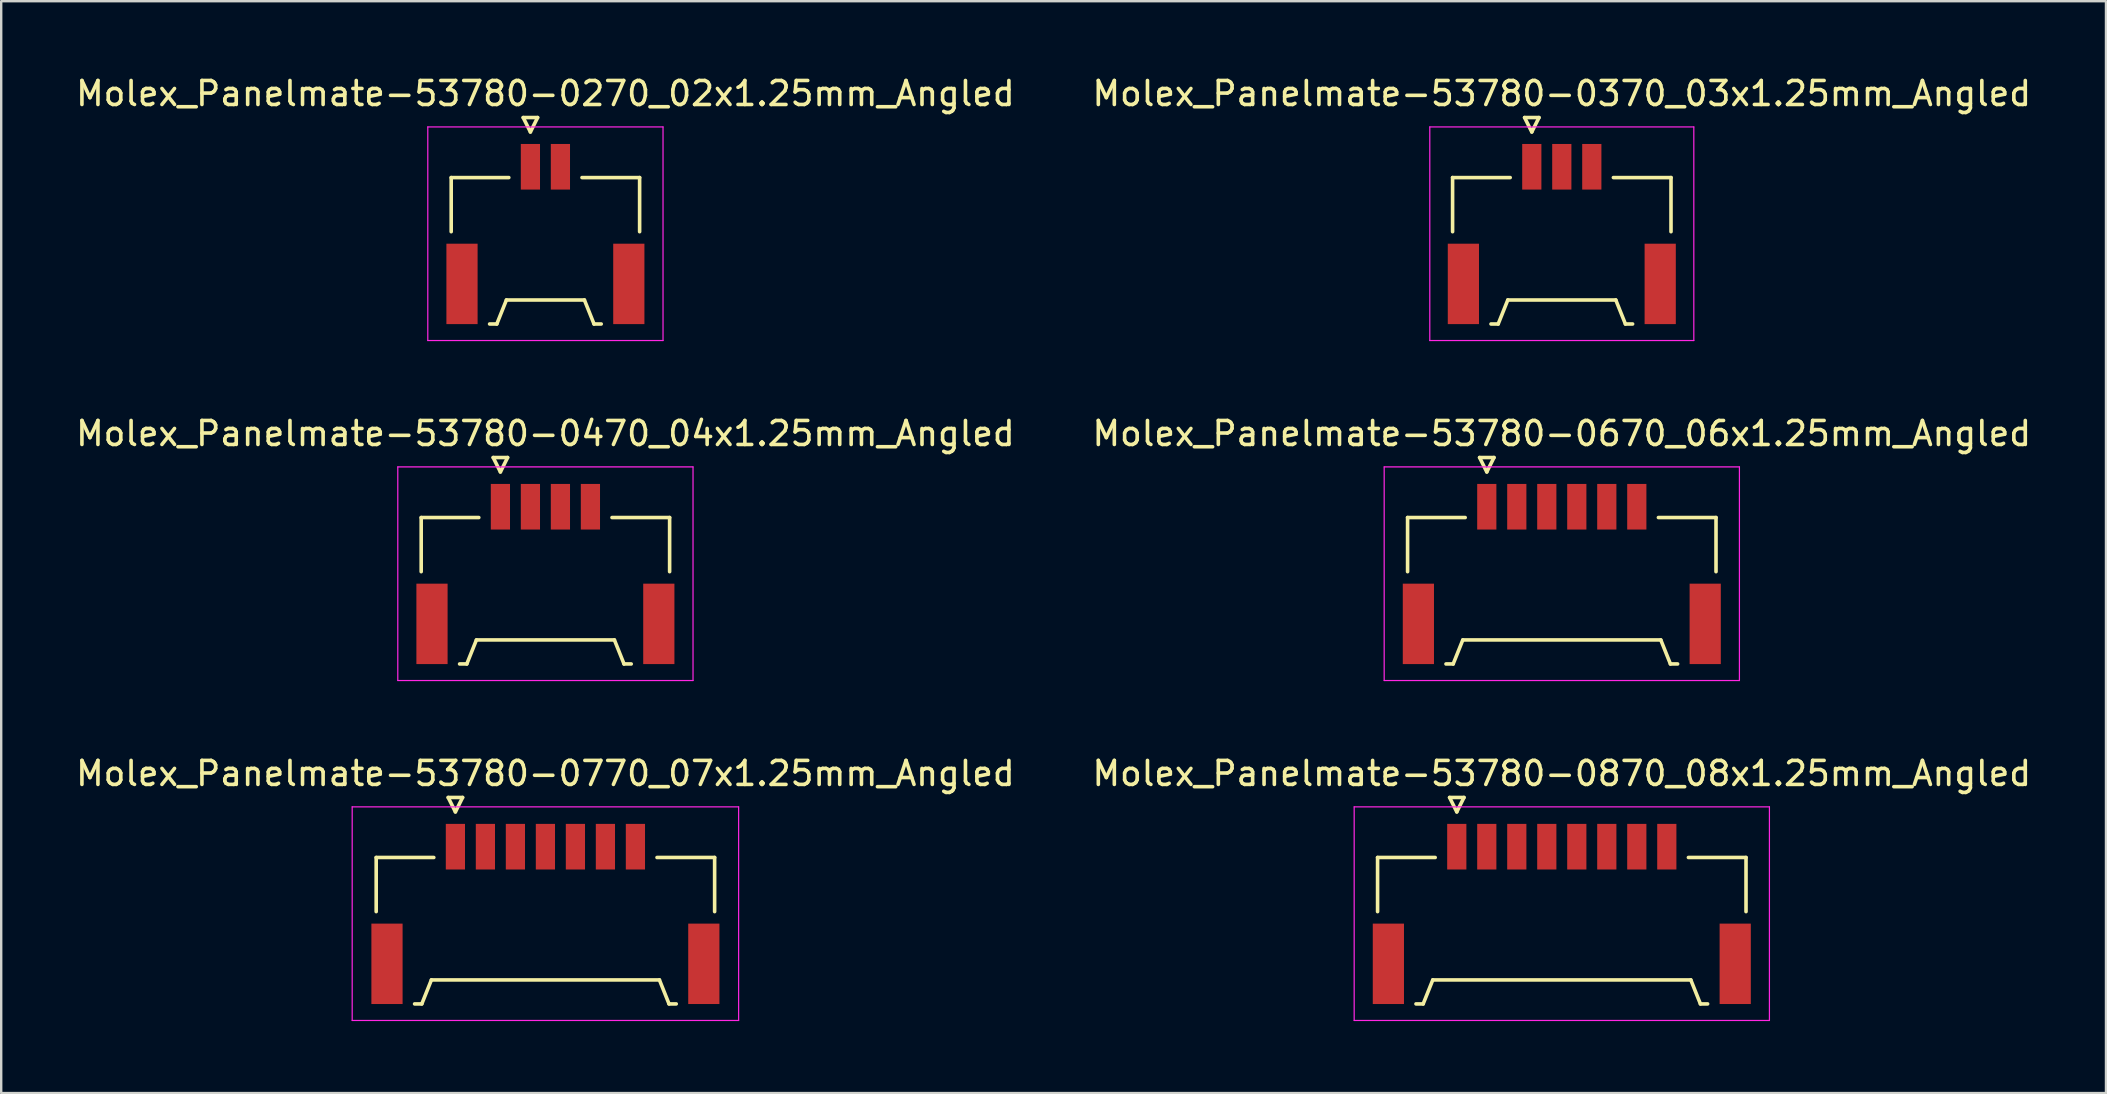
<source format=kicad_pcb>
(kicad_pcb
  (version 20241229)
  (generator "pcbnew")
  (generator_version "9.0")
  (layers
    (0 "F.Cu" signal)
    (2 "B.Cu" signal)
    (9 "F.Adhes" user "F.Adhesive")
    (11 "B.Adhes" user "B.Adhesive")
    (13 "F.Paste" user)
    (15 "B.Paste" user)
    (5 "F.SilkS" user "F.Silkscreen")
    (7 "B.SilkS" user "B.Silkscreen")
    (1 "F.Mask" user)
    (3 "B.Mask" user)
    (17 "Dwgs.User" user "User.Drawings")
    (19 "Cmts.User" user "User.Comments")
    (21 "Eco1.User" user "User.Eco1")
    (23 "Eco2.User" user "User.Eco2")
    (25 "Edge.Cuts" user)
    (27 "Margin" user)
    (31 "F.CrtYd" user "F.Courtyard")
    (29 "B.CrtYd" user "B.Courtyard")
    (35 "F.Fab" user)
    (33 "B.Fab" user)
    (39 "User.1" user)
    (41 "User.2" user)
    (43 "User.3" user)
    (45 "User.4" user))
  (footprint "Molex_Panelmate-53780-0670_06x1.25mm_Angled"
    (layer "F.Cu")
    (at 62.018 20.502)
    (property "Reference" "Molex_Panelmate-53780-0670_06x1.25mm_Angled" (at 0 -5.49 0) (layer "F.SilkS") (effects (font (size 1 1) (thickness 0.15))))
    (attr smd)
    (fp_line (start -6.425 -1.99) (end -6.425 0.265) (stroke (width 0.15) (type solid)) (layer "F.SilkS"))
    (fp_line (start -4.825 4.11) (end -4.525 4.11) (stroke (width 0.15) (type solid)) (layer "F.SilkS"))
    (fp_line (start -4.525 4.11) (end -4.125 3.11) (stroke (width 0.15) (type solid)) (layer "F.SilkS"))
    (fp_line (start -4.125 3.11) (end 4.125 3.11) (stroke (width 0.15) (type solid)) (layer "F.SilkS"))
    (fp_line (start -4.025 -1.99) (end -6.425 -1.99) (stroke (width 0.15) (type solid)) (layer "F.SilkS"))
    (fp_line (start -3.425 -4.49) (end -3.125 -3.89) (stroke (width 0.15) (type solid)) (layer "F.SilkS"))
    (fp_line (start -3.125 -3.89) (end -2.825 -4.49) (stroke (width 0.15) (type solid)) (layer "F.SilkS"))
    (fp_line (start -2.825 -4.49) (end -3.425 -4.49) (stroke (width 0.15) (type solid)) (layer "F.SilkS"))
    (fp_line (start 4.025 -1.99) (end 6.425 -1.99) (stroke (width 0.15) (type solid)) (layer "F.SilkS"))
    (fp_line (start 4.125 3.11) (end 4.525 4.11) (stroke (width 0.15) (type solid)) (layer "F.SilkS"))
    (fp_line (start 4.525 4.11) (end 4.825 4.11) (stroke (width 0.15) (type solid)) (layer "F.SilkS"))
    (fp_line (start 6.425 -1.99) (end 6.425 0.265) (stroke (width 0.15) (type solid)) (layer "F.SilkS"))
    (fp_line (start -7.4 -4.1) (end -7.4 4.8) (stroke (width 0.05) (type solid)) (layer "F.CrtYd"))
    (fp_line (start -7.4 4.8) (end 7.4 4.8) (stroke (width 0.05) (type solid)) (layer "F.CrtYd"))
    (fp_line (start 7.4 -4.1) (end -7.4 -4.1) (stroke (width 0.05) (type solid)) (layer "F.CrtYd"))
    (fp_line (start 7.4 4.8) (end 7.4 -4.1) (stroke (width 0.05) (type solid)) (layer "F.CrtYd"))
    (pad "" smd rect (at -5.975 2.44) (size 1.3 3.35) (layers "F.Cu" "F.Mask" "F.Paste"))
    (pad "" smd rect (at 5.975 2.44) (size 1.3 3.35) (layers "F.Cu" "F.Mask" "F.Paste"))
    (pad "1" smd rect (at -3.125 -2.44) (size 0.8 1.9) (layers "F.Cu" "F.Mask" "F.Paste"))
    (pad "2" smd rect (at -1.875 -2.44) (size 0.8 1.9) (layers "F.Cu" "F.Mask" "F.Paste"))
    (pad "3" smd rect (at -0.625 -2.44) (size 0.8 1.9) (layers "F.Cu" "F.Mask" "F.Paste"))
    (pad "4" smd rect (at 0.625 -2.44) (size 0.8 1.9) (layers "F.Cu" "F.Mask" "F.Paste"))
    (pad "5" smd rect (at 1.875 -2.44) (size 0.8 1.9) (layers "F.Cu" "F.Mask" "F.Paste"))
    (pad "6" smd rect (at 3.125 -2.44) (size 0.8 1.9) (layers "F.Cu" "F.Mask" "F.Paste")))
  (footprint "Molex_Panelmate-53780-0270_02x1.25mm_Angled"
    (layer "F.Cu")
    (at 19.673 6.338)
    (property "Reference" "Molex_Panelmate-53780-0270_02x1.25mm_Angled" (at 0 -5.49 0) (layer "F.SilkS") (effects (font (size 1 1) (thickness 0.15))))
    (attr smd)
    (fp_line (start -3.925 -1.99) (end -3.925 0.265) (stroke (width 0.15) (type solid)) (layer "F.SilkS"))
    (fp_line (start -2.325 4.11) (end -2.025 4.11) (stroke (width 0.15) (type solid)) (layer "F.SilkS"))
    (fp_line (start -2.025 4.11) (end -1.625 3.11) (stroke (width 0.15) (type solid)) (layer "F.SilkS"))
    (fp_line (start -1.625 3.11) (end 1.625 3.11) (stroke (width 0.15) (type solid)) (layer "F.SilkS"))
    (fp_line (start -1.525 -1.99) (end -3.925 -1.99) (stroke (width 0.15) (type solid)) (layer "F.SilkS"))
    (fp_line (start -0.925 -4.49) (end -0.625 -3.89) (stroke (width 0.15) (type solid)) (layer "F.SilkS"))
    (fp_line (start -0.625 -3.89) (end -0.325 -4.49) (stroke (width 0.15) (type solid)) (layer "F.SilkS"))
    (fp_line (start -0.325 -4.49) (end -0.925 -4.49) (stroke (width 0.15) (type solid)) (layer "F.SilkS"))
    (fp_line (start 1.525 -1.99) (end 3.925 -1.99) (stroke (width 0.15) (type solid)) (layer "F.SilkS"))
    (fp_line (start 1.625 3.11) (end 2.025 4.11) (stroke (width 0.15) (type solid)) (layer "F.SilkS"))
    (fp_line (start 2.025 4.11) (end 2.325 4.11) (stroke (width 0.15) (type solid)) (layer "F.SilkS"))
    (fp_line (start 3.925 -1.99) (end 3.925 0.265) (stroke (width 0.15) (type solid)) (layer "F.SilkS"))
    (fp_line (start -4.9 -4.1) (end -4.9 4.8) (stroke (width 0.05) (type solid)) (layer "F.CrtYd"))
    (fp_line (start -4.9 4.8) (end 4.9 4.8) (stroke (width 0.05) (type solid)) (layer "F.CrtYd"))
    (fp_line (start 4.9 -4.1) (end -4.9 -4.1) (stroke (width 0.05) (type solid)) (layer "F.CrtYd"))
    (fp_line (start 4.9 4.8) (end 4.9 -4.1) (stroke (width 0.05) (type solid)) (layer "F.CrtYd"))
    (pad "" smd rect (at -3.475 2.44) (size 1.3 3.35) (layers "F.Cu" "F.Mask" "F.Paste"))
    (pad "" smd rect (at 3.475 2.44) (size 1.3 3.35) (layers "F.Cu" "F.Mask" "F.Paste"))
    (pad "1" smd rect (at -0.625 -2.44) (size 0.8 1.9) (layers "F.Cu" "F.Mask" "F.Paste"))
    (pad "2" smd rect (at 0.625 -2.44) (size 0.8 1.9) (layers "F.Cu" "F.Mask" "F.Paste")))
  (footprint "Molex_Panelmate-53780-0370_03x1.25mm_Angled"
    (layer "F.Cu")
    (at 62.018 6.338)
    (property "Reference" "Molex_Panelmate-53780-0370_03x1.25mm_Angled" (at 0 -5.49 0) (layer "F.SilkS") (effects (font (size 1 1) (thickness 0.15))))
    (attr smd)
    (fp_line (start -4.55 -1.99) (end -4.55 0.265) (stroke (width 0.15) (type solid)) (layer "F.SilkS"))
    (fp_line (start -2.95 4.11) (end -2.65 4.11) (stroke (width 0.15) (type solid)) (layer "F.SilkS"))
    (fp_line (start -2.65 4.11) (end -2.25 3.11) (stroke (width 0.15) (type solid)) (layer "F.SilkS"))
    (fp_line (start -2.25 3.11) (end 2.25 3.11) (stroke (width 0.15) (type solid)) (layer "F.SilkS"))
    (fp_line (start -2.15 -1.99) (end -4.55 -1.99) (stroke (width 0.15) (type solid)) (layer "F.SilkS"))
    (fp_line (start -1.55 -4.49) (end -1.25 -3.89) (stroke (width 0.15) (type solid)) (layer "F.SilkS"))
    (fp_line (start -1.25 -3.89) (end -0.95 -4.49) (stroke (width 0.15) (type solid)) (layer "F.SilkS"))
    (fp_line (start -0.95 -4.49) (end -1.55 -4.49) (stroke (width 0.15) (type solid)) (layer "F.SilkS"))
    (fp_line (start 2.15 -1.99) (end 4.55 -1.99) (stroke (width 0.15) (type solid)) (layer "F.SilkS"))
    (fp_line (start 2.25 3.11) (end 2.65 4.11) (stroke (width 0.15) (type solid)) (layer "F.SilkS"))
    (fp_line (start 2.65 4.11) (end 2.95 4.11) (stroke (width 0.15) (type solid)) (layer "F.SilkS"))
    (fp_line (start 4.55 -1.99) (end 4.55 0.265) (stroke (width 0.15) (type solid)) (layer "F.SilkS"))
    (fp_line (start -5.5 -4.1) (end -5.5 4.8) (stroke (width 0.05) (type solid)) (layer "F.CrtYd"))
    (fp_line (start -5.5 4.8) (end 5.5 4.8) (stroke (width 0.05) (type solid)) (layer "F.CrtYd"))
    (fp_line (start 5.5 -4.1) (end -5.5 -4.1) (stroke (width 0.05) (type solid)) (layer "F.CrtYd"))
    (fp_line (start 5.5 4.8) (end 5.5 -4.1) (stroke (width 0.05) (type solid)) (layer "F.CrtYd"))
    (pad "" smd rect (at -4.1 2.44) (size 1.3 3.35) (layers "F.Cu" "F.Mask" "F.Paste"))
    (pad "" smd rect (at 4.1 2.44) (size 1.3 3.35) (layers "F.Cu" "F.Mask" "F.Paste"))
    (pad "1" smd rect (at -1.25 -2.44) (size 0.8 1.9) (layers "F.Cu" "F.Mask" "F.Paste"))
    (pad "2" smd rect (at 0 -2.44) (size 0.8 1.9) (layers "F.Cu" "F.Mask" "F.Paste"))
    (pad "3" smd rect (at 1.25 -2.44) (size 0.8 1.9) (layers "F.Cu" "F.Mask" "F.Paste")))
  (footprint "Molex_Panelmate-53780-0470_04x1.25mm_Angled"
    (layer "F.Cu")
    (at 19.673 20.502)
    (property "Reference" "Molex_Panelmate-53780-0470_04x1.25mm_Angled" (at 0 -5.49 0) (layer "F.SilkS") (effects (font (size 1 1) (thickness 0.15))))
    (attr smd)
    (fp_line (start -5.175 -1.99) (end -5.175 0.265) (stroke (width 0.15) (type solid)) (layer "F.SilkS"))
    (fp_line (start -3.575 4.11) (end -3.275 4.11) (stroke (width 0.15) (type solid)) (layer "F.SilkS"))
    (fp_line (start -3.275 4.11) (end -2.875 3.11) (stroke (width 0.15) (type solid)) (layer "F.SilkS"))
    (fp_line (start -2.875 3.11) (end 2.875 3.11) (stroke (width 0.15) (type solid)) (layer "F.SilkS"))
    (fp_line (start -2.775 -1.99) (end -5.175 -1.99) (stroke (width 0.15) (type solid)) (layer "F.SilkS"))
    (fp_line (start -2.175 -4.49) (end -1.875 -3.89) (stroke (width 0.15) (type solid)) (layer "F.SilkS"))
    (fp_line (start -1.875 -3.89) (end -1.575 -4.49) (stroke (width 0.15) (type solid)) (layer "F.SilkS"))
    (fp_line (start -1.575 -4.49) (end -2.175 -4.49) (stroke (width 0.15) (type solid)) (layer "F.SilkS"))
    (fp_line (start 2.775 -1.99) (end 5.175 -1.99) (stroke (width 0.15) (type solid)) (layer "F.SilkS"))
    (fp_line (start 2.875 3.11) (end 3.275 4.11) (stroke (width 0.15) (type solid)) (layer "F.SilkS"))
    (fp_line (start 3.275 4.11) (end 3.575 4.11) (stroke (width 0.15) (type solid)) (layer "F.SilkS"))
    (fp_line (start 5.175 -1.99) (end 5.175 0.265) (stroke (width 0.15) (type solid)) (layer "F.SilkS"))
    (fp_line (start -6.15 -4.1) (end -6.15 4.8) (stroke (width 0.05) (type solid)) (layer "F.CrtYd"))
    (fp_line (start -6.15 4.8) (end 6.15 4.8) (stroke (width 0.05) (type solid)) (layer "F.CrtYd"))
    (fp_line (start 6.15 -4.1) (end -6.15 -4.1) (stroke (width 0.05) (type solid)) (layer "F.CrtYd"))
    (fp_line (start 6.15 4.8) (end 6.15 -4.1) (stroke (width 0.05) (type solid)) (layer "F.CrtYd"))
    (pad "" smd rect (at -4.725 2.44) (size 1.3 3.35) (layers "F.Cu" "F.Mask" "F.Paste"))
    (pad "" smd rect (at 4.725 2.44) (size 1.3 3.35) (layers "F.Cu" "F.Mask" "F.Paste"))
    (pad "1" smd rect (at -1.875 -2.44) (size 0.8 1.9) (layers "F.Cu" "F.Mask" "F.Paste"))
    (pad "2" smd rect (at -0.625 -2.44) (size 0.8 1.9) (layers "F.Cu" "F.Mask" "F.Paste"))
    (pad "3" smd rect (at 0.625 -2.44) (size 0.8 1.9) (layers "F.Cu" "F.Mask" "F.Paste"))
    (pad "4" smd rect (at 1.875 -2.44) (size 0.8 1.9) (layers "F.Cu" "F.Mask" "F.Paste")))
  (footprint "Molex_Panelmate-53780-0770_07x1.25mm_Angled"
    (layer "F.Cu")
    (at 19.673 34.665)
    (property "Reference" "Molex_Panelmate-53780-0770_07x1.25mm_Angled" (at 0 -5.49 0) (layer "F.SilkS") (effects (font (size 1 1) (thickness 0.15))))
    (attr smd)
    (fp_line (start -7.05 -1.99) (end -7.05 0.265) (stroke (width 0.15) (type solid)) (layer "F.SilkS"))
    (fp_line (start -5.45 4.11) (end -5.15 4.11) (stroke (width 0.15) (type solid)) (layer "F.SilkS"))
    (fp_line (start -5.15 4.11) (end -4.75 3.11) (stroke (width 0.15) (type solid)) (layer "F.SilkS"))
    (fp_line (start -4.75 3.11) (end 4.75 3.11) (stroke (width 0.15) (type solid)) (layer "F.SilkS"))
    (fp_line (start -4.65 -1.99) (end -7.05 -1.99) (stroke (width 0.15) (type solid)) (layer "F.SilkS"))
    (fp_line (start -4.05 -4.49) (end -3.75 -3.89) (stroke (width 0.15) (type solid)) (layer "F.SilkS"))
    (fp_line (start -3.75 -3.89) (end -3.45 -4.49) (stroke (width 0.15) (type solid)) (layer "F.SilkS"))
    (fp_line (start -3.45 -4.49) (end -4.05 -4.49) (stroke (width 0.15) (type solid)) (layer "F.SilkS"))
    (fp_line (start 4.65 -1.99) (end 7.05 -1.99) (stroke (width 0.15) (type solid)) (layer "F.SilkS"))
    (fp_line (start 4.75 3.11) (end 5.15 4.11) (stroke (width 0.15) (type solid)) (layer "F.SilkS"))
    (fp_line (start 5.15 4.11) (end 5.45 4.11) (stroke (width 0.15) (type solid)) (layer "F.SilkS"))
    (fp_line (start 7.05 -1.99) (end 7.05 0.265) (stroke (width 0.15) (type solid)) (layer "F.SilkS"))
    (fp_line (start -8.05 -4.1) (end -8.05 4.8) (stroke (width 0.05) (type solid)) (layer "F.CrtYd"))
    (fp_line (start -8.05 4.8) (end 8.05 4.8) (stroke (width 0.05) (type solid)) (layer "F.CrtYd"))
    (fp_line (start 8.05 -4.1) (end -8.05 -4.1) (stroke (width 0.05) (type solid)) (layer "F.CrtYd"))
    (fp_line (start 8.05 4.8) (end 8.05 -4.1) (stroke (width 0.05) (type solid)) (layer "F.CrtYd"))
    (pad "" smd rect (at -6.6 2.44) (size 1.3 3.35) (layers "F.Cu" "F.Mask" "F.Paste"))
    (pad "" smd rect (at 6.6 2.44) (size 1.3 3.35) (layers "F.Cu" "F.Mask" "F.Paste"))
    (pad "1" smd rect (at -3.75 -2.44) (size 0.8 1.9) (layers "F.Cu" "F.Mask" "F.Paste"))
    (pad "2" smd rect (at -2.5 -2.44) (size 0.8 1.9) (layers "F.Cu" "F.Mask" "F.Paste"))
    (pad "3" smd rect (at -1.25 -2.44) (size 0.8 1.9) (layers "F.Cu" "F.Mask" "F.Paste"))
    (pad "4" smd rect (at 0 -2.44) (size 0.8 1.9) (layers "F.Cu" "F.Mask" "F.Paste"))
    (pad "5" smd rect (at 1.25 -2.44) (size 0.8 1.9) (layers "F.Cu" "F.Mask" "F.Paste"))
    (pad "6" smd rect (at 2.5 -2.44) (size 0.8 1.9) (layers "F.Cu" "F.Mask" "F.Paste"))
    (pad "7" smd rect (at 3.75 -2.44) (size 0.8 1.9) (layers "F.Cu" "F.Mask" "F.Paste")))
  (footprint "Molex_Panelmate-53780-0870_08x1.25mm_Angled"
    (layer "F.Cu")
    (at 62.018 34.665)
    (property "Reference" "Molex_Panelmate-53780-0870_08x1.25mm_Angled" (at 0 -5.49 0) (layer "F.SilkS") (effects (font (size 1 1) (thickness 0.15))))
    (attr smd)
    (fp_line (start -7.675 -1.99) (end -7.675 0.265) (stroke (width 0.15) (type solid)) (layer "F.SilkS"))
    (fp_line (start -6.075 4.11) (end -5.775 4.11) (stroke (width 0.15) (type solid)) (layer "F.SilkS"))
    (fp_line (start -5.775 4.11) (end -5.375 3.11) (stroke (width 0.15) (type solid)) (layer "F.SilkS"))
    (fp_line (start -5.375 3.11) (end 5.375 3.11) (stroke (width 0.15) (type solid)) (layer "F.SilkS"))
    (fp_line (start -5.275 -1.99) (end -7.675 -1.99) (stroke (width 0.15) (type solid)) (layer "F.SilkS"))
    (fp_line (start -4.675 -4.49) (end -4.375 -3.89) (stroke (width 0.15) (type solid)) (layer "F.SilkS"))
    (fp_line (start -4.375 -3.89) (end -4.075 -4.49) (stroke (width 0.15) (type solid)) (layer "F.SilkS"))
    (fp_line (start -4.075 -4.49) (end -4.675 -4.49) (stroke (width 0.15) (type solid)) (layer "F.SilkS"))
    (fp_line (start 5.275 -1.99) (end 7.675 -1.99) (stroke (width 0.15) (type solid)) (layer "F.SilkS"))
    (fp_line (start 5.375 3.11) (end 5.775 4.11) (stroke (width 0.15) (type solid)) (layer "F.SilkS"))
    (fp_line (start 5.775 4.11) (end 6.075 4.11) (stroke (width 0.15) (type solid)) (layer "F.SilkS"))
    (fp_line (start 7.675 -1.99) (end 7.675 0.265) (stroke (width 0.15) (type solid)) (layer "F.SilkS"))
    (fp_line (start -8.65 -4.1) (end -8.65 4.8) (stroke (width 0.05) (type solid)) (layer "F.CrtYd"))
    (fp_line (start -8.65 4.8) (end 8.65 4.8) (stroke (width 0.05) (type solid)) (layer "F.CrtYd"))
    (fp_line (start 8.65 -4.1) (end -8.65 -4.1) (stroke (width 0.05) (type solid)) (layer "F.CrtYd"))
    (fp_line (start 8.65 4.8) (end 8.65 -4.1) (stroke (width 0.05) (type solid)) (layer "F.CrtYd"))
    (pad "" smd rect (at -7.225 2.44) (size 1.3 3.35) (layers "F.Cu" "F.Mask" "F.Paste"))
    (pad "" smd rect (at 7.225 2.44) (size 1.3 3.35) (layers "F.Cu" "F.Mask" "F.Paste"))
    (pad "1" smd rect (at -4.375 -2.44) (size 0.8 1.9) (layers "F.Cu" "F.Mask" "F.Paste"))
    (pad "2" smd rect (at -3.125 -2.44) (size 0.8 1.9) (layers "F.Cu" "F.Mask" "F.Paste"))
    (pad "3" smd rect (at -1.875 -2.44) (size 0.8 1.9) (layers "F.Cu" "F.Mask" "F.Paste"))
    (pad "4" smd rect (at -0.625 -2.44) (size 0.8 1.9) (layers "F.Cu" "F.Mask" "F.Paste"))
    (pad "5" smd rect (at 0.625 -2.44) (size 0.8 1.9) (layers "F.Cu" "F.Mask" "F.Paste"))
    (pad "6" smd rect (at 1.875 -2.44) (size 0.8 1.9) (layers "F.Cu" "F.Mask" "F.Paste"))
    (pad "7" smd rect (at 3.125 -2.44) (size 0.8 1.9) (layers "F.Cu" "F.Mask" "F.Paste"))
    (pad "8" smd rect (at 4.375 -2.44) (size 0.8 1.9) (layers "F.Cu" "F.Mask" "F.Paste")))
  (gr_rect
    (start -3 -3)
    (end 84.69 42.49)
    (stroke (width 0.1) (type default))
    (fill no)
    (layer "Edge.Cuts")))
</source>
